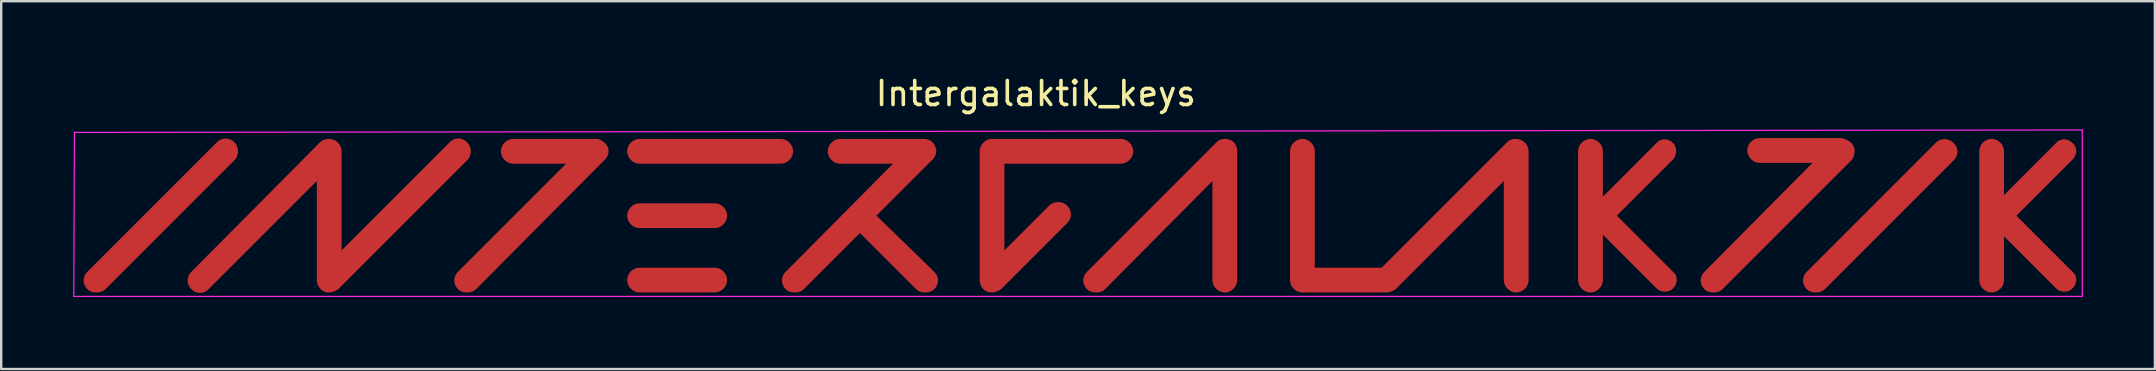
<source format=kicad_pcb>
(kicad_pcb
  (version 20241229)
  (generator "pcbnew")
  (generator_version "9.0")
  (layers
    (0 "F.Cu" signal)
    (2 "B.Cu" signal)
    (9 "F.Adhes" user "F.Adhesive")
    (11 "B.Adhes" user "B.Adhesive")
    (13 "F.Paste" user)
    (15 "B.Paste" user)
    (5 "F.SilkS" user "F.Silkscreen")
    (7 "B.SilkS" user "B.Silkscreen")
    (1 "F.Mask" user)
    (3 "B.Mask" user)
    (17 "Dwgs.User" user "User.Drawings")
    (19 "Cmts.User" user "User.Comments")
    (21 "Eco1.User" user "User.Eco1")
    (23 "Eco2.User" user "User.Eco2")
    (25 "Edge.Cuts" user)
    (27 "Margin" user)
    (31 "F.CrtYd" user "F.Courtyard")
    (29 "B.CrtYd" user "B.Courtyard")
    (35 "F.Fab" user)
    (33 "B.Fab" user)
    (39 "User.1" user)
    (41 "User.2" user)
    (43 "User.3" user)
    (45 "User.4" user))
  (footprint "Intergalaktik_keys"
    (layer "F.Cu")
    (at 39.25 5.623)
    (property "Reference" "Intergalaktik_keys" (at 0.864 -4.775 0) (layer "F.SilkS") (effects (font (size 1 1) (thickness 0.15))))
    (attr exclude_from_pos_files exclude_from_bom)
    (fp_poly (pts (xy -32.875 -2.901) (xy -32.851 -2.899) (xy -32.827 -2.896) (xy -32.803 -2.892) (xy -32.779 -2.886) (xy -32.755 -2.88) (xy -32.732 -2.872) (xy -32.709 -2.863) (xy -32.686 -2.853) (xy -32.663 -2.841) (xy -32.641 -2.828) (xy -32.62 -2.814) (xy -32.598 -2.799) (xy -32.578 -2.783) (xy -32.557 -2.765) (xy -32.538 -2.747) (xy -32.519 -2.727) (xy -32.501 -2.707) (xy -32.485 -2.685) (xy -32.47 -2.663) (xy -32.456 -2.641) (xy -32.443 -2.618) (xy -32.432 -2.594) (xy -32.422 -2.57) (xy -32.413 -2.546) (xy -32.405 -2.521) (xy -32.398 -2.496) (xy -32.393 -2.471) (xy -32.388 -2.446) (xy -32.385 -2.42) (xy -32.384 -2.394) (xy -32.383 -2.368) (xy -32.384 -2.343) (xy -32.385 -2.317) (xy -32.388 -2.291) (xy -32.393 -2.266) (xy -32.398 -2.24) (xy -32.405 -2.215) (xy -32.413 -2.191) (xy -32.422 -2.166) (xy -32.432 -2.142) (xy -32.443 -2.119) (xy -32.456 -2.096) (xy -32.47 -2.073) (xy -32.485 -2.051) (xy -32.501 -2.03) (xy -32.519 -2.01) (xy -32.538 -1.99) (xy -37.903 3.376) (xy -37.923 3.394) (xy -37.944 3.411) (xy -37.965 3.427) (xy -37.987 3.441) (xy -38.009 3.453) (xy -38.032 3.465) (xy -38.056 3.475) (xy -38.08 3.483) (xy -38.104 3.491) (xy -38.129 3.497) (xy -38.154 3.502) (xy -38.179 3.506) (xy -38.205 3.509) (xy -38.23 3.512) (xy -38.256 3.513) (xy -38.282 3.513) (xy -38.308 3.513) (xy -38.333 3.512) (xy -38.359 3.509) (xy -38.384 3.506) (xy -38.41 3.502) (xy -38.435 3.497) (xy -38.46 3.491) (xy -38.484 3.483) (xy -38.508 3.475) (xy -38.531 3.465) (xy -38.554 3.453) (xy -38.577 3.441) (xy -38.599 3.427) (xy -38.62 3.411) (xy -38.64 3.394) (xy -38.66 3.376) (xy -38.679 3.356) (xy -38.696 3.336) (xy -38.713 3.315) (xy -38.728 3.294) (xy -38.742 3.272) (xy -38.755 3.25) (xy -38.766 3.228) (xy -38.776 3.205) (xy -38.785 3.182) (xy -38.793 3.158) (xy -38.8 3.135) (xy -38.805 3.111) (xy -38.81 3.087) (xy -38.813 3.063) (xy -38.814 3.039) (xy -38.815 3.015) (xy -38.814 2.99) (xy -38.813 2.966) (xy -38.81 2.942) (xy -38.805 2.918) (xy -38.8 2.894) (xy -38.793 2.871) (xy -38.785 2.847) (xy -38.776 2.824) (xy -38.766 2.801) (xy -38.755 2.779) (xy -38.742 2.757) (xy -38.728 2.735) (xy -38.713 2.714) (xy -38.696 2.693) (xy -38.679 2.673) (xy -38.66 2.653) (xy -33.26 -2.747) (xy -33.24 -2.765) (xy -33.22 -2.783) (xy -33.199 -2.799) (xy -33.178 -2.814) (xy -33.157 -2.828) (xy -33.134 -2.841) (xy -33.112 -2.853) (xy -33.089 -2.863) (xy -33.066 -2.872) (xy -33.043 -2.88) (xy -33.019 -2.886) (xy -32.995 -2.892) (xy -32.971 -2.896) (xy -32.947 -2.899) (xy -32.923 -2.901) (xy -32.899 -2.902)) (stroke (width 0) (type solid)) (fill yes) (layer "F.Cu"))
    (fp_poly (pts (xy -12.494 -0.201) (xy -12.468 -0.199) (xy -12.443 -0.195) (xy -12.418 -0.191) (xy -12.394 -0.185) (xy -12.37 -0.177) (xy -12.346 -0.169) (xy -12.323 -0.16) (xy -12.3 -0.149) (xy -12.278 -0.137) (xy -12.256 -0.124) (xy -12.235 -0.111) (xy -12.215 -0.096) (xy -12.195 -0.08) (xy -12.176 -0.064) (xy -12.158 -0.047) (xy -12.141 -0.029) (xy -12.124 -0.01) (xy -12.109 0.01) (xy -12.094 0.03) (xy -12.08 0.051) (xy -12.068 0.073) (xy -12.056 0.095) (xy -12.045 0.118) (xy -12.036 0.141) (xy -12.027 0.165) (xy -12.02 0.189) (xy -12.014 0.213) (xy -12.01 0.238) (xy -12.006 0.263) (xy -12.004 0.289) (xy -12.003 0.314) (xy -12.004 0.34) (xy -12.006 0.366) (xy -12.01 0.391) (xy -12.014 0.416) (xy -12.02 0.44) (xy -12.027 0.464) (xy -12.036 0.488) (xy -12.045 0.511) (xy -12.056 0.534) (xy -12.068 0.556) (xy -12.08 0.578) (xy -12.094 0.599) (xy -12.109 0.619) (xy -12.124 0.639) (xy -12.141 0.658) (xy -12.158 0.676) (xy -12.176 0.693) (xy -12.195 0.709) (xy -12.215 0.725) (xy -12.235 0.74) (xy -12.256 0.753) (xy -12.278 0.766) (xy -12.3 0.778) (xy -12.323 0.788) (xy -12.346 0.798) (xy -12.37 0.806) (xy -12.394 0.814) (xy -12.418 0.82) (xy -12.443 0.824) (xy -12.468 0.828) (xy -12.494 0.83) (xy -12.519 0.83) (xy -15.649 0.83) (xy -15.675 0.83) (xy -15.701 0.828) (xy -15.726 0.824) (xy -15.751 0.82) (xy -15.775 0.814) (xy -15.799 0.806) (xy -15.823 0.798) (xy -15.846 0.788) (xy -15.869 0.778) (xy -15.891 0.766) (xy -15.913 0.753) (xy -15.934 0.74) (xy -15.954 0.725) (xy -15.974 0.709) (xy -15.992 0.693) (xy -16.011 0.676) (xy -16.028 0.658) (xy -16.044 0.639) (xy -16.06 0.619) (xy -16.075 0.599) (xy -16.088 0.578) (xy -16.101 0.556) (xy -16.113 0.534) (xy -16.123 0.511) (xy -16.133 0.488) (xy -16.141 0.464) (xy -16.148 0.44) (xy -16.154 0.416) (xy -16.159 0.391) (xy -16.163 0.366) (xy -16.165 0.34) (xy -16.165 0.314) (xy -16.165 0.289) (xy -16.163 0.263) (xy -16.159 0.238) (xy -16.154 0.213) (xy -16.148 0.189) (xy -16.141 0.165) (xy -16.133 0.141) (xy -16.123 0.118) (xy -16.113 0.095) (xy -16.101 0.073) (xy -16.088 0.051) (xy -16.075 0.03) (xy -16.06 0.01) (xy -16.044 -0.01) (xy -16.028 -0.029) (xy -16.011 -0.047) (xy -15.992 -0.064) (xy -15.974 -0.08) (xy -15.954 -0.096) (xy -15.934 -0.111) (xy -15.913 -0.124) (xy -15.891 -0.137) (xy -15.869 -0.149) (xy -15.846 -0.16) (xy -15.823 -0.169) (xy -15.799 -0.177) (xy -15.775 -0.185) (xy -15.751 -0.191) (xy -15.726 -0.195) (xy -15.701 -0.199) (xy -15.675 -0.201) (xy -15.649 -0.201) (xy -12.519 -0.201)) (stroke (width 0) (type solid)) (fill yes) (layer "F.Cu"))
    (fp_poly (pts (xy -12.494 2.482) (xy -12.468 2.484) (xy -12.443 2.488) (xy -12.418 2.492) (xy -12.394 2.498) (xy -12.37 2.505) (xy -12.346 2.514) (xy -12.323 2.523) (xy -12.3 2.534) (xy -12.278 2.546) (xy -12.256 2.558) (xy -12.235 2.572) (xy -12.215 2.587) (xy -12.195 2.602) (xy -12.176 2.619) (xy -12.158 2.636) (xy -12.141 2.654) (xy -12.124 2.673) (xy -12.109 2.693) (xy -12.094 2.713) (xy -12.08 2.734) (xy -12.068 2.756) (xy -12.056 2.778) (xy -12.045 2.801) (xy -12.036 2.824) (xy -12.027 2.848) (xy -12.02 2.872) (xy -12.014 2.896) (xy -12.01 2.921) (xy -12.006 2.946) (xy -12.004 2.972) (xy -12.003 2.997) (xy -12.004 3.023) (xy -12.006 3.048) (xy -12.01 3.074) (xy -12.014 3.099) (xy -12.02 3.123) (xy -12.027 3.147) (xy -12.036 3.171) (xy -12.045 3.194) (xy -12.056 3.217) (xy -12.068 3.239) (xy -12.08 3.261) (xy -12.094 3.282) (xy -12.109 3.302) (xy -12.124 3.321) (xy -12.141 3.34) (xy -12.158 3.359) (xy -12.176 3.376) (xy -12.195 3.392) (xy -12.215 3.408) (xy -12.235 3.423) (xy -12.256 3.436) (xy -12.278 3.449) (xy -12.3 3.461) (xy -12.323 3.471) (xy -12.346 3.481) (xy -12.37 3.489) (xy -12.394 3.496) (xy -12.418 3.502) (xy -12.443 3.507) (xy -12.468 3.511) (xy -12.494 3.513) (xy -12.519 3.513) (xy -15.649 3.513) (xy -15.675 3.513) (xy -15.701 3.511) (xy -15.726 3.507) (xy -15.751 3.502) (xy -15.775 3.496) (xy -15.799 3.489) (xy -15.823 3.481) (xy -15.846 3.471) (xy -15.869 3.461) (xy -15.891 3.449) (xy -15.913 3.436) (xy -15.934 3.423) (xy -15.954 3.408) (xy -15.974 3.392) (xy -15.992 3.376) (xy -16.011 3.359) (xy -16.028 3.34) (xy -16.044 3.321) (xy -16.06 3.302) (xy -16.075 3.282) (xy -16.088 3.261) (xy -16.101 3.239) (xy -16.113 3.217) (xy -16.123 3.194) (xy -16.133 3.171) (xy -16.141 3.147) (xy -16.148 3.123) (xy -16.154 3.099) (xy -16.159 3.074) (xy -16.163 3.048) (xy -16.165 3.023) (xy -16.165 2.997) (xy -16.165 2.972) (xy -16.163 2.946) (xy -16.159 2.921) (xy -16.154 2.896) (xy -16.148 2.872) (xy -16.141 2.848) (xy -16.133 2.824) (xy -16.123 2.801) (xy -16.113 2.778) (xy -16.101 2.756) (xy -16.088 2.734) (xy -16.075 2.713) (xy -16.06 2.693) (xy -16.044 2.673) (xy -16.028 2.654) (xy -16.011 2.636) (xy -15.992 2.619) (xy -15.974 2.602) (xy -15.954 2.587) (xy -15.934 2.572) (xy -15.913 2.558) (xy -15.891 2.546) (xy -15.869 2.534) (xy -15.846 2.523) (xy -15.823 2.514) (xy -15.799 2.505) (xy -15.775 2.498) (xy -15.751 2.492) (xy -15.726 2.488) (xy -15.701 2.484) (xy -15.675 2.482) (xy -15.649 2.481) (xy -12.519 2.481)) (stroke (width 0) (type solid)) (fill yes) (layer "F.Cu"))
    (fp_poly (pts (xy -9.742 -2.884) (xy -9.717 -2.882) (xy -9.691 -2.878) (xy -9.667 -2.873) (xy -9.642 -2.867) (xy -9.618 -2.86) (xy -9.594 -2.852) (xy -9.571 -2.842) (xy -9.548 -2.832) (xy -9.526 -2.82) (xy -9.505 -2.807) (xy -9.484 -2.794) (xy -9.463 -2.779) (xy -9.444 -2.763) (xy -9.425 -2.747) (xy -9.407 -2.73) (xy -9.389 -2.711) (xy -9.373 -2.693) (xy -9.357 -2.673) (xy -9.342 -2.653) (xy -9.329 -2.632) (xy -9.316 -2.61) (xy -9.304 -2.588) (xy -9.294 -2.565) (xy -9.284 -2.542) (xy -9.276 -2.518) (xy -9.269 -2.494) (xy -9.263 -2.47) (xy -9.258 -2.445) (xy -9.255 -2.42) (xy -9.252 -2.394) (xy -9.252 -2.368) (xy -9.252 -2.343) (xy -9.255 -2.317) (xy -9.258 -2.292) (xy -9.263 -2.267) (xy -9.269 -2.243) (xy -9.276 -2.219) (xy -9.284 -2.195) (xy -9.294 -2.172) (xy -9.304 -2.149) (xy -9.316 -2.127) (xy -9.329 -2.105) (xy -9.342 -2.084) (xy -9.357 -2.064) (xy -9.373 -2.044) (xy -9.389 -2.025) (xy -9.407 -2.007) (xy -9.425 -1.99) (xy -9.444 -1.973) (xy -9.463 -1.958) (xy -9.484 -1.943) (xy -9.505 -1.929) (xy -9.526 -1.917) (xy -9.548 -1.905) (xy -9.571 -1.894) (xy -9.594 -1.885) (xy -9.618 -1.876) (xy -9.642 -1.869) (xy -9.667 -1.863) (xy -9.691 -1.859) (xy -9.717 -1.855) (xy -9.742 -1.853) (xy -9.768 -1.852) (xy -15.649 -1.852) (xy -15.675 -1.853) (xy -15.701 -1.855) (xy -15.726 -1.859) (xy -15.751 -1.863) (xy -15.775 -1.869) (xy -15.799 -1.876) (xy -15.823 -1.885) (xy -15.846 -1.894) (xy -15.869 -1.905) (xy -15.891 -1.917) (xy -15.913 -1.929) (xy -15.934 -1.943) (xy -15.954 -1.958) (xy -15.974 -1.973) (xy -15.992 -1.99) (xy -16.011 -2.007) (xy -16.028 -2.025) (xy -16.044 -2.044) (xy -16.06 -2.064) (xy -16.075 -2.084) (xy -16.088 -2.105) (xy -16.101 -2.127) (xy -16.113 -2.149) (xy -16.123 -2.172) (xy -16.133 -2.195) (xy -16.141 -2.219) (xy -16.148 -2.243) (xy -16.154 -2.267) (xy -16.159 -2.292) (xy -16.163 -2.317) (xy -16.165 -2.343) (xy -16.165 -2.368) (xy -16.165 -2.394) (xy -16.163 -2.42) (xy -16.159 -2.445) (xy -16.154 -2.47) (xy -16.148 -2.494) (xy -16.141 -2.518) (xy -16.133 -2.542) (xy -16.123 -2.565) (xy -16.113 -2.588) (xy -16.101 -2.61) (xy -16.088 -2.632) (xy -16.075 -2.653) (xy -16.06 -2.673) (xy -16.044 -2.693) (xy -16.028 -2.711) (xy -16.011 -2.73) (xy -15.992 -2.747) (xy -15.974 -2.763) (xy -15.954 -2.779) (xy -15.934 -2.794) (xy -15.913 -2.807) (xy -15.891 -2.82) (xy -15.869 -2.832) (xy -15.846 -2.842) (xy -15.823 -2.852) (xy -15.799 -2.86) (xy -15.775 -2.867) (xy -15.751 -2.873) (xy -15.726 -2.878) (xy -15.701 -2.882) (xy -15.675 -2.884) (xy -15.649 -2.884) (xy -9.768 -2.884)) (stroke (width 0) (type solid)) (fill yes) (layer "F.Cu"))
    (fp_poly (pts (xy 38.748 -2.871) (xy 38.772 -2.87) (xy 38.796 -2.868) (xy 38.82 -2.864) (xy 38.844 -2.859) (xy 38.868 -2.853) (xy 38.891 -2.846) (xy 38.915 -2.838) (xy 38.938 -2.829) (xy 38.961 -2.819) (xy 38.983 -2.807) (xy 39.005 -2.794) (xy 39.027 -2.78) (xy 39.048 -2.765) (xy 39.069 -2.749) (xy 39.089 -2.731) (xy 39.109 -2.712) (xy 39.128 -2.693) (xy 39.145 -2.672) (xy 39.161 -2.652) (xy 39.177 -2.631) (xy 39.19 -2.609) (xy 39.203 -2.587) (xy 39.215 -2.564) (xy 39.225 -2.541) (xy 39.234 -2.518) (xy 39.242 -2.495) (xy 39.248 -2.471) (xy 39.254 -2.448) (xy 39.258 -2.424) (xy 39.261 -2.4) (xy 39.263 -2.375) (xy 39.264 -2.351) (xy 39.263 -2.327) (xy 39.261 -2.303) (xy 39.258 -2.279) (xy 39.254 -2.255) (xy 39.248 -2.231) (xy 39.242 -2.207) (xy 39.234 -2.184) (xy 39.225 -2.161) (xy 39.215 -2.138) (xy 39.203 -2.116) (xy 39.19 -2.094) (xy 39.177 -2.072) (xy 39.161 -2.051) (xy 39.145 -2.03) (xy 39.128 -2.01) (xy 39.109 -1.99) (xy 33.743 3.376) (xy 33.723 3.394) (xy 33.703 3.411) (xy 33.682 3.427) (xy 33.66 3.441) (xy 33.637 3.453) (xy 33.614 3.465) (xy 33.591 3.475) (xy 33.567 3.483) (xy 33.542 3.491) (xy 33.518 3.497) (xy 33.493 3.502) (xy 33.467 3.506) (xy 33.442 3.509) (xy 33.416 3.512) (xy 33.39 3.513) (xy 33.365 3.513) (xy 33.339 3.513) (xy 33.313 3.512) (xy 33.288 3.509) (xy 33.262 3.506) (xy 33.237 3.502) (xy 33.212 3.497) (xy 33.187 3.491) (xy 33.163 3.483) (xy 33.139 3.475) (xy 33.115 3.465) (xy 33.092 3.453) (xy 33.07 3.441) (xy 33.048 3.427) (xy 33.027 3.411) (xy 33.006 3.394) (xy 32.986 3.376) (xy 32.968 3.356) (xy 32.95 3.336) (xy 32.934 3.315) (xy 32.919 3.294) (xy 32.905 3.272) (xy 32.892 3.25) (xy 32.881 3.228) (xy 32.87 3.205) (xy 32.861 3.182) (xy 32.853 3.158) (xy 32.847 3.135) (xy 32.841 3.111) (xy 32.837 3.087) (xy 32.834 3.063) (xy 32.832 3.039) (xy 32.832 3.015) (xy 32.832 2.99) (xy 32.834 2.966) (xy 32.837 2.942) (xy 32.841 2.918) (xy 32.847 2.894) (xy 32.853 2.871) (xy 32.861 2.847) (xy 32.87 2.824) (xy 32.881 2.801) (xy 32.892 2.779) (xy 32.905 2.757) (xy 32.919 2.735) (xy 32.934 2.714) (xy 32.95 2.693) (xy 32.968 2.673) (xy 32.986 2.653) (xy 38.386 -2.747) (xy 38.406 -2.762) (xy 38.426 -2.777) (xy 38.447 -2.791) (xy 38.468 -2.803) (xy 38.49 -2.815) (xy 38.512 -2.825) (xy 38.535 -2.835) (xy 38.557 -2.843) (xy 38.58 -2.85) (xy 38.604 -2.857) (xy 38.627 -2.862) (xy 38.651 -2.866) (xy 38.675 -2.869) (xy 38.699 -2.871) (xy 38.723 -2.872)) (stroke (width 0) (type solid)) (fill yes) (layer "F.Cu"))
    (fp_poly (pts (xy 8.79 -2.882) (xy 8.828 -2.878) (xy 8.866 -2.871) (xy 8.905 -2.862) (xy 8.944 -2.85) (xy 8.963 -2.843) (xy 8.981 -2.835) (xy 8.999 -2.827) (xy 9.016 -2.818) (xy 9.033 -2.808) (xy 9.049 -2.798) (xy 9.064 -2.786) (xy 9.079 -2.775) (xy 9.093 -2.762) (xy 9.107 -2.749) (xy 9.132 -2.722) (xy 9.155 -2.692) (xy 9.176 -2.661) (xy 9.194 -2.628) (xy 9.21 -2.593) (xy 9.223 -2.558) (xy 9.234 -2.521) (xy 9.242 -2.484) (xy 9.248 -2.446) (xy 9.252 -2.407) (xy 9.253 -2.368) (xy 9.253 2.997) (xy 9.252 3.023) (xy 9.25 3.048) (xy 9.247 3.074) (xy 9.242 3.099) (xy 9.236 3.123) (xy 9.229 3.147) (xy 9.221 3.171) (xy 9.211 3.194) (xy 9.201 3.217) (xy 9.189 3.239) (xy 9.176 3.261) (xy 9.163 3.282) (xy 9.148 3.302) (xy 9.132 3.321) (xy 9.116 3.34) (xy 9.098 3.359) (xy 9.08 3.376) (xy 9.061 3.392) (xy 9.042 3.408) (xy 9.021 3.423) (xy 9 3.436) (xy 8.979 3.449) (xy 8.957 3.461) (xy 8.934 3.471) (xy 8.911 3.481) (xy 8.887 3.489) (xy 8.863 3.496) (xy 8.838 3.502) (xy 8.814 3.507) (xy 8.788 3.511) (xy 8.763 3.513) (xy 8.737 3.513) (xy 8.712 3.513) (xy 8.686 3.511) (xy 8.661 3.507) (xy 8.636 3.502) (xy 8.612 3.496) (xy 8.587 3.489) (xy 8.564 3.481) (xy 8.541 3.471) (xy 8.518 3.461) (xy 8.496 3.449) (xy 8.474 3.436) (xy 8.453 3.423) (xy 8.433 3.408) (xy 8.413 3.392) (xy 8.394 3.376) (xy 8.376 3.359) (xy 8.359 3.34) (xy 8.342 3.321) (xy 8.327 3.302) (xy 8.312 3.282) (xy 8.298 3.261) (xy 8.286 3.239) (xy 8.274 3.217) (xy 8.263 3.194) (xy 8.254 3.171) (xy 8.245 3.147) (xy 8.238 3.123) (xy 8.232 3.099) (xy 8.228 3.074) (xy 8.224 3.048) (xy 8.222 3.023) (xy 8.221 2.997) (xy 8.221 -1.13) (xy 3.75 3.376) (xy 3.73 3.394) (xy 3.71 3.411) (xy 3.688 3.427) (xy 3.667 3.441) (xy 3.644 3.453) (xy 3.621 3.465) (xy 3.598 3.475) (xy 3.574 3.483) (xy 3.549 3.491) (xy 3.524 3.497) (xy 3.499 3.502) (xy 3.474 3.506) (xy 3.449 3.509) (xy 3.423 3.512) (xy 3.397 3.513) (xy 3.372 3.513) (xy 3.346 3.513) (xy 3.32 3.512) (xy 3.294 3.509) (xy 3.269 3.506) (xy 3.244 3.502) (xy 3.219 3.497) (xy 3.194 3.491) (xy 3.169 3.483) (xy 3.145 3.475) (xy 3.122 3.465) (xy 3.099 3.453) (xy 3.076 3.441) (xy 3.055 3.427) (xy 3.033 3.411) (xy 3.013 3.394) (xy 2.993 3.376) (xy 2.974 3.356) (xy 2.957 3.336) (xy 2.941 3.315) (xy 2.925 3.294) (xy 2.912 3.272) (xy 2.899 3.25) (xy 2.887 3.228) (xy 2.877 3.205) (xy 2.868 3.182) (xy 2.86 3.158) (xy 2.853 3.135) (xy 2.848 3.111) (xy 2.844 3.087) (xy 2.841 3.063) (xy 2.839 3.039) (xy 2.838 3.015) (xy 2.839 2.99) (xy 2.841 2.966) (xy 2.844 2.942) (xy 2.848 2.918) (xy 2.853 2.894) (xy 2.86 2.871) (xy 2.868 2.847) (xy 2.877 2.824) (xy 2.887 2.801) (xy 2.899 2.779) (xy 2.912 2.757) (xy 2.925 2.735) (xy 2.941 2.714) (xy 2.957 2.693) (xy 2.974 2.673) (xy 2.993 2.653) (xy 8.393 -2.747) (xy 8.42 -2.771) (xy 8.448 -2.794) (xy 8.477 -2.813) (xy 8.508 -2.831) (xy 8.54 -2.845) (xy 8.573 -2.858) (xy 8.608 -2.868) (xy 8.643 -2.876) (xy 8.679 -2.881) (xy 8.715 -2.884) (xy 8.752 -2.884)) (stroke (width 0) (type solid)) (fill yes) (layer "F.Cu"))
    (fp_poly (pts (xy -17.453 -2.884) (xy -17.434 -2.883) (xy -17.415 -2.881) (xy -17.397 -2.878) (xy -17.378 -2.875) (xy -17.36 -2.87) (xy -17.342 -2.866) (xy -17.325 -2.86) (xy -17.307 -2.854) (xy -17.29 -2.847) (xy -17.273 -2.84) (xy -17.257 -2.832) (xy -17.24 -2.823) (xy -17.224 -2.814) (xy -17.193 -2.794) (xy -17.163 -2.772) (xy -17.134 -2.748) (xy -17.107 -2.723) (xy -17.081 -2.696) (xy -17.056 -2.667) (xy -17.033 -2.637) (xy -17.011 -2.607) (xy -16.991 -2.575) (xy -16.982 -2.558) (xy -16.973 -2.542) (xy -16.966 -2.525) (xy -16.96 -2.507) (xy -16.955 -2.49) (xy -16.95 -2.472) (xy -16.947 -2.454) (xy -16.944 -2.436) (xy -16.942 -2.417) (xy -16.941 -2.399) (xy -16.941 -2.38) (xy -16.942 -2.361) (xy -16.943 -2.343) (xy -16.945 -2.324) (xy -16.952 -2.287) (xy -16.962 -2.25) (xy -16.974 -2.214) (xy -16.988 -2.178) (xy -17.005 -2.144) (xy -17.025 -2.112) (xy -17.046 -2.081) (xy -17.069 -2.051) (xy -17.094 -2.024) (xy -22.46 3.376) (xy -22.48 3.394) (xy -22.5 3.411) (xy -22.521 3.427) (xy -22.543 3.441) (xy -22.566 3.453) (xy -22.589 3.465) (xy -22.612 3.475) (xy -22.636 3.483) (xy -22.66 3.491) (xy -22.685 3.497) (xy -22.71 3.502) (xy -22.735 3.506) (xy -22.761 3.509) (xy -22.787 3.512) (xy -22.812 3.513) (xy -22.838 3.513) (xy -22.864 3.513) (xy -22.89 3.512) (xy -22.915 3.509) (xy -22.941 3.506) (xy -22.966 3.502) (xy -22.991 3.497) (xy -23.016 3.491) (xy -23.04 3.483) (xy -23.064 3.475) (xy -23.088 3.465) (xy -23.111 3.453) (xy -23.133 3.441) (xy -23.155 3.427) (xy -23.176 3.411) (xy -23.197 3.394) (xy -23.216 3.376) (xy -23.235 3.356) (xy -23.253 3.336) (xy -23.269 3.315) (xy -23.284 3.294) (xy -23.298 3.272) (xy -23.311 3.25) (xy -23.322 3.228) (xy -23.333 3.205) (xy -23.342 3.182) (xy -23.349 3.158) (xy -23.356 3.135) (xy -23.362 3.111) (xy -23.366 3.087) (xy -23.369 3.063) (xy -23.371 3.039) (xy -23.371 3.015) (xy -23.371 2.99) (xy -23.369 2.966) (xy -23.366 2.942) (xy -23.362 2.918) (xy -23.356 2.894) (xy -23.349 2.871) (xy -23.342 2.847) (xy -23.333 2.824) (xy -23.322 2.801) (xy -23.311 2.779) (xy -23.298 2.757) (xy -23.284 2.735) (xy -23.269 2.714) (xy -23.253 2.693) (xy -23.235 2.673) (xy -23.216 2.653) (xy -18.711 -1.852) (xy -20.912 -1.852) (xy -20.938 -1.853) (xy -20.963 -1.855) (xy -20.988 -1.859) (xy -21.013 -1.863) (xy -21.038 -1.869) (xy -21.062 -1.876) (xy -21.085 -1.885) (xy -21.109 -1.894) (xy -21.131 -1.905) (xy -21.154 -1.917) (xy -21.175 -1.929) (xy -21.196 -1.943) (xy -21.216 -1.958) (xy -21.236 -1.973) (xy -21.255 -1.99) (xy -21.273 -2.007) (xy -21.29 -2.025) (xy -21.307 -2.044) (xy -21.323 -2.064) (xy -21.337 -2.084) (xy -21.351 -2.105) (xy -21.364 -2.127) (xy -21.375 -2.149) (xy -21.386 -2.172) (xy -21.395 -2.195) (xy -21.404 -2.219) (xy -21.411 -2.243) (xy -21.417 -2.267) (xy -21.422 -2.292) (xy -21.425 -2.317) (xy -21.427 -2.343) (xy -21.428 -2.368) (xy -21.427 -2.394) (xy -21.425 -2.42) (xy -21.422 -2.445) (xy -21.417 -2.47) (xy -21.411 -2.494) (xy -21.404 -2.518) (xy -21.395 -2.542) (xy -21.386 -2.565) (xy -21.375 -2.588) (xy -21.364 -2.61) (xy -21.351 -2.632) (xy -21.337 -2.653) (xy -21.323 -2.673) (xy -21.307 -2.693) (xy -21.29 -2.711) (xy -21.273 -2.73) (xy -21.255 -2.747) (xy -21.236 -2.763) (xy -21.216 -2.779) (xy -21.196 -2.794) (xy -21.175 -2.807) (xy -21.154 -2.82) (xy -21.131 -2.832) (xy -21.109 -2.842) (xy -21.085 -2.852) (xy -21.062 -2.86) (xy -21.038 -2.867) (xy -21.013 -2.873) (xy -20.988 -2.878) (xy -20.963 -2.882) (xy -20.938 -2.884) (xy -20.912 -2.884) (xy -17.472 -2.884)) (stroke (width 0) (type solid)) (fill yes) (layer "F.Cu"))
    (fp_poly (pts (xy 34.416 -2.918) (xy 34.434 -2.917) (xy 34.451 -2.915) (xy 34.468 -2.913) (xy 34.484 -2.91) (xy 34.5 -2.906) (xy 34.515 -2.902) (xy 34.53 -2.897) (xy 34.544 -2.892) (xy 34.558 -2.887) (xy 34.572 -2.881) (xy 34.585 -2.875) (xy 34.611 -2.863) (xy 34.637 -2.85) (xy 34.706 -2.816) (xy 34.731 -2.802) (xy 34.756 -2.787) (xy 34.78 -2.77) (xy 34.802 -2.752) (xy 34.824 -2.732) (xy 34.845 -2.711) (xy 34.864 -2.689) (xy 34.882 -2.665) (xy 34.9 -2.64) (xy 34.915 -2.614) (xy 34.93 -2.587) (xy 34.943 -2.559) (xy 34.955 -2.53) (xy 34.965 -2.5) (xy 34.974 -2.469) (xy 34.981 -2.437) (xy 34.981 -2.405) (xy 34.98 -2.373) (xy 34.977 -2.341) (xy 34.974 -2.309) (xy 34.97 -2.278) (xy 34.965 -2.247) (xy 34.959 -2.217) (xy 34.951 -2.188) (xy 34.943 -2.159) (xy 34.933 -2.132) (xy 34.921 -2.105) (xy 34.909 -2.079) (xy 34.895 -2.055) (xy 34.879 -2.032) (xy 34.862 -2.01) (xy 34.853 -2) (xy 34.844 -1.99) (xy 29.478 3.376) (xy 29.458 3.394) (xy 29.438 3.411) (xy 29.417 3.427) (xy 29.395 3.441) (xy 29.372 3.453) (xy 29.349 3.465) (xy 29.326 3.475) (xy 29.302 3.483) (xy 29.277 3.491) (xy 29.253 3.497) (xy 29.228 3.502) (xy 29.202 3.506) (xy 29.177 3.509) (xy 29.151 3.512) (xy 29.125 3.513) (xy 29.1 3.513) (xy 29.074 3.513) (xy 29.048 3.512) (xy 29.022 3.509) (xy 28.997 3.506) (xy 28.972 3.502) (xy 28.947 3.497) (xy 28.922 3.491) (xy 28.898 3.483) (xy 28.874 3.475) (xy 28.85 3.465) (xy 28.827 3.453) (xy 28.805 3.441) (xy 28.783 3.427) (xy 28.761 3.411) (xy 28.741 3.394) (xy 28.721 3.376) (xy 28.702 3.356) (xy 28.685 3.336) (xy 28.669 3.315) (xy 28.654 3.294) (xy 28.64 3.272) (xy 28.627 3.25) (xy 28.615 3.228) (xy 28.605 3.205) (xy 28.596 3.182) (xy 28.588 3.158) (xy 28.582 3.135) (xy 28.576 3.111) (xy 28.572 3.087) (xy 28.569 3.063) (xy 28.567 3.039) (xy 28.566 3.015) (xy 28.567 2.99) (xy 28.569 2.966) (xy 28.572 2.942) (xy 28.576 2.918) (xy 28.582 2.894) (xy 28.588 2.871) (xy 28.596 2.847) (xy 28.605 2.824) (xy 28.615 2.801) (xy 28.627 2.779) (xy 28.64 2.757) (xy 28.654 2.735) (xy 28.669 2.714) (xy 28.685 2.693) (xy 28.702 2.673) (xy 28.721 2.653) (xy 33.227 -1.887) (xy 31.026 -1.887) (xy 31 -1.888) (xy 30.975 -1.89) (xy 30.949 -1.893) (xy 30.925 -1.898) (xy 30.9 -1.904) (xy 30.876 -1.911) (xy 30.852 -1.919) (xy 30.829 -1.929) (xy 30.806 -1.939) (xy 30.784 -1.951) (xy 30.763 -1.964) (xy 30.742 -1.978) (xy 30.721 -1.992) (xy 30.702 -2.008) (xy 30.683 -2.024) (xy 30.665 -2.042) (xy 30.647 -2.06) (xy 30.631 -2.079) (xy 30.615 -2.098) (xy 30.601 -2.119) (xy 30.587 -2.14) (xy 30.574 -2.161) (xy 30.562 -2.183) (xy 30.552 -2.206) (xy 30.542 -2.229) (xy 30.534 -2.253) (xy 30.527 -2.277) (xy 30.521 -2.302) (xy 30.516 -2.326) (xy 30.513 -2.352) (xy 30.511 -2.377) (xy 30.51 -2.403) (xy 30.511 -2.428) (xy 30.513 -2.454) (xy 30.516 -2.479) (xy 30.521 -2.504) (xy 30.527 -2.528) (xy 30.534 -2.553) (xy 30.542 -2.576) (xy 30.552 -2.599) (xy 30.562 -2.622) (xy 30.574 -2.644) (xy 30.587 -2.666) (xy 30.601 -2.687) (xy 30.615 -2.707) (xy 30.631 -2.727) (xy 30.647 -2.746) (xy 30.665 -2.764) (xy 30.683 -2.781) (xy 30.702 -2.798) (xy 30.721 -2.813) (xy 30.742 -2.828) (xy 30.763 -2.842) (xy 30.784 -2.854) (xy 30.806 -2.866) (xy 30.829 -2.877) (xy 30.852 -2.886) (xy 30.876 -2.895) (xy 30.9 -2.902) (xy 30.925 -2.908) (xy 30.949 -2.913) (xy 30.975 -2.916) (xy 31 -2.918) (xy 31.026 -2.919) (xy 34.397 -2.919)) (stroke (width 0) (type solid)) (fill yes) (layer "F.Cu"))
    (fp_poly (pts (xy 4.429 -2.884) (xy 4.455 -2.882) (xy 4.48 -2.878) (xy 4.505 -2.873) (xy 4.529 -2.867) (xy 4.553 -2.86) (xy 4.577 -2.852) (xy 4.6 -2.842) (xy 4.623 -2.832) (xy 4.645 -2.82) (xy 4.667 -2.807) (xy 4.688 -2.794) (xy 4.708 -2.779) (xy 4.728 -2.763) (xy 4.746 -2.747) (xy 4.765 -2.73) (xy 4.782 -2.711) (xy 4.798 -2.693) (xy 4.814 -2.673) (xy 4.829 -2.653) (xy 4.842 -2.632) (xy 4.855 -2.61) (xy 4.867 -2.588) (xy 4.877 -2.565) (xy 4.887 -2.542) (xy 4.895 -2.518) (xy 4.902 -2.494) (xy 4.908 -2.47) (xy 4.913 -2.445) (xy 4.917 -2.42) (xy 4.919 -2.394) (xy 4.919 -2.368) (xy 4.919 -2.343) (xy 4.917 -2.317) (xy 4.913 -2.292) (xy 4.908 -2.267) (xy 4.902 -2.243) (xy 4.895 -2.219) (xy 4.887 -2.195) (xy 4.877 -2.172) (xy 4.867 -2.149) (xy 4.855 -2.127) (xy 4.842 -2.105) (xy 4.829 -2.084) (xy 4.814 -2.064) (xy 4.798 -2.044) (xy 4.782 -2.025) (xy 4.765 -2.007) (xy 4.746 -1.99) (xy 4.728 -1.973) (xy 4.708 -1.958) (xy 4.688 -1.943) (xy 4.667 -1.929) (xy 4.645 -1.917) (xy 4.623 -1.905) (xy 4.6 -1.894) (xy 4.577 -1.885) (xy 4.553 -1.876) (xy 4.529 -1.869) (xy 4.505 -1.863) (xy 4.48 -1.859) (xy 4.455 -1.855) (xy 4.429 -1.853) (xy 4.403 -1.852) (xy -0.446 -1.852) (xy -0.446 1.759) (xy 1.411 -0.098) (xy 1.431 -0.117) (xy 1.451 -0.135) (xy 1.472 -0.151) (xy 1.494 -0.166) (xy 1.517 -0.18) (xy 1.54 -0.193) (xy 1.563 -0.204) (xy 1.587 -0.214) (xy 1.612 -0.223) (xy 1.636 -0.231) (xy 1.661 -0.238) (xy 1.687 -0.243) (xy 1.712 -0.248) (xy 1.738 -0.251) (xy 1.764 -0.252) (xy 1.789 -0.253) (xy 1.815 -0.252) (xy 1.841 -0.251) (xy 1.866 -0.248) (xy 1.892 -0.243) (xy 1.917 -0.238) (xy 1.942 -0.231) (xy 1.967 -0.223) (xy 1.991 -0.214) (xy 2.015 -0.204) (xy 2.039 -0.193) (xy 2.062 -0.18) (xy 2.084 -0.166) (xy 2.106 -0.151) (xy 2.127 -0.135) (xy 2.148 -0.117) (xy 2.168 -0.098) (xy 2.186 -0.079) (xy 2.204 -0.058) (xy 2.22 -0.038) (xy 2.235 -0.016) (xy 2.249 0.005) (xy 2.262 0.027) (xy 2.273 0.05) (xy 2.284 0.073) (xy 2.293 0.096) (xy 2.301 0.119) (xy 2.307 0.143) (xy 2.313 0.167) (xy 2.317 0.191) (xy 2.32 0.215) (xy 2.322 0.239) (xy 2.322 0.263) (xy 2.322 0.287) (xy 2.32 0.311) (xy 2.317 0.335) (xy 2.313 0.359) (xy 2.307 0.383) (xy 2.301 0.407) (xy 2.293 0.43) (xy 2.284 0.453) (xy 2.273 0.476) (xy 2.262 0.498) (xy 2.249 0.521) (xy 2.235 0.542) (xy 2.22 0.563) (xy 2.204 0.584) (xy 2.186 0.604) (xy 2.168 0.624) (xy -0.584 3.376) (xy -0.624 3.401) (xy -0.645 3.414) (xy -0.667 3.426) (xy -0.69 3.438) (xy -0.713 3.449) (xy -0.736 3.46) (xy -0.76 3.47) (xy -0.785 3.48) (xy -0.809 3.488) (xy -0.834 3.495) (xy -0.86 3.501) (xy -0.885 3.506) (xy -0.911 3.51) (xy -0.937 3.513) (xy -0.962 3.513) (xy -0.988 3.513) (xy -1.014 3.513) (xy -1.04 3.511) (xy -1.053 3.51) (xy -1.066 3.509) (xy -1.078 3.507) (xy -1.091 3.505) (xy -1.104 3.502) (xy -1.117 3.499) (xy -1.13 3.495) (xy -1.143 3.49) (xy -1.156 3.485) (xy -1.169 3.479) (xy -1.201 3.464) (xy -1.231 3.447) (xy -1.261 3.427) (xy -1.29 3.404) (xy -1.317 3.378) (xy -1.342 3.351) (xy -1.366 3.321) (xy -1.388 3.29) (xy -1.408 3.257) (xy -1.426 3.222) (xy -1.441 3.187) (xy -1.454 3.15) (xy -1.464 3.113) (xy -1.472 3.074) (xy -1.477 3.036) (xy -1.478 2.997) (xy -1.478 -2.368) (xy -1.478 -2.394) (xy -1.476 -2.42) (xy -1.472 -2.445) (xy -1.467 -2.47) (xy -1.461 -2.494) (xy -1.454 -2.518) (xy -1.446 -2.542) (xy -1.436 -2.565) (xy -1.426 -2.588) (xy -1.414 -2.61) (xy -1.401 -2.632) (xy -1.388 -2.653) (xy -1.373 -2.673) (xy -1.357 -2.693) (xy -1.341 -2.711) (xy -1.324 -2.73) (xy -1.305 -2.747) (xy -1.286 -2.763) (xy -1.267 -2.779) (xy -1.247 -2.794) (xy -1.226 -2.807) (xy -1.204 -2.82) (xy -1.182 -2.832) (xy -1.159 -2.842) (xy -1.136 -2.852) (xy -1.112 -2.86) (xy -1.088 -2.867) (xy -1.064 -2.873) (xy -1.039 -2.878) (xy -1.014 -2.882) (xy -0.988 -2.884) (xy -0.962 -2.884) (xy 4.403 -2.884)) (stroke (width 0) (type solid)) (fill yes) (layer "F.Cu"))
    (fp_poly (pts (xy -23.175 -2.901) (xy -23.151 -2.899) (xy -23.127 -2.896) (xy -23.103 -2.892) (xy -23.079 -2.886) (xy -23.056 -2.88) (xy -23.032 -2.872) (xy -23.009 -2.863) (xy -22.986 -2.853) (xy -22.964 -2.841) (xy -22.942 -2.828) (xy -22.92 -2.814) (xy -22.899 -2.799) (xy -22.878 -2.783) (xy -22.858 -2.765) (xy -22.838 -2.747) (xy -22.819 -2.727) (xy -22.802 -2.707) (xy -22.786 -2.685) (xy -22.77 -2.663) (xy -22.756 -2.641) (xy -22.744 -2.618) (xy -22.732 -2.594) (xy -22.722 -2.57) (xy -22.713 -2.546) (xy -22.705 -2.521) (xy -22.698 -2.496) (xy -22.693 -2.471) (xy -22.689 -2.446) (xy -22.686 -2.42) (xy -22.684 -2.394) (xy -22.683 -2.368) (xy -22.684 -2.343) (xy -22.686 -2.317) (xy -22.689 -2.291) (xy -22.693 -2.266) (xy -22.698 -2.24) (xy -22.705 -2.215) (xy -22.713 -2.191) (xy -22.722 -2.166) (xy -22.732 -2.142) (xy -22.744 -2.119) (xy -22.756 -2.096) (xy -22.77 -2.073) (xy -22.786 -2.051) (xy -22.802 -2.03) (xy -22.819 -2.01) (xy -22.838 -1.99) (xy -28.204 3.376) (xy -28.244 3.401) (xy -28.265 3.414) (xy -28.287 3.426) (xy -28.31 3.438) (xy -28.333 3.449) (xy -28.356 3.46) (xy -28.38 3.47) (xy -28.405 3.48) (xy -28.429 3.488) (xy -28.454 3.495) (xy -28.48 3.501) (xy -28.505 3.506) (xy -28.531 3.51) (xy -28.556 3.513) (xy -28.582 3.513) (xy -28.608 3.513) (xy -28.634 3.513) (xy -28.66 3.511) (xy -28.673 3.51) (xy -28.685 3.509) (xy -28.698 3.507) (xy -28.711 3.505) (xy -28.724 3.502) (xy -28.737 3.499) (xy -28.75 3.495) (xy -28.763 3.49) (xy -28.776 3.485) (xy -28.789 3.479) (xy -28.82 3.464) (xy -28.851 3.447) (xy -28.881 3.427) (xy -28.91 3.404) (xy -28.937 3.378) (xy -28.962 3.351) (xy -28.986 3.321) (xy -29.008 3.29) (xy -29.028 3.257) (xy -29.046 3.222) (xy -29.061 3.187) (xy -29.074 3.15) (xy -29.084 3.113) (xy -29.092 3.074) (xy -29.097 3.036) (xy -29.098 2.997) (xy -29.098 -1.13) (xy -33.604 3.376) (xy -33.624 3.394) (xy -33.644 3.412) (xy -33.665 3.428) (xy -33.686 3.443) (xy -33.708 3.457) (xy -33.73 3.47) (xy -33.752 3.482) (xy -33.775 3.492) (xy -33.798 3.501) (xy -33.821 3.509) (xy -33.845 3.515) (xy -33.869 3.521) (xy -33.893 3.525) (xy -33.917 3.528) (xy -33.941 3.53) (xy -33.965 3.53) (xy -33.989 3.53) (xy -34.013 3.528) (xy -34.038 3.525) (xy -34.062 3.521) (xy -34.085 3.515) (xy -34.109 3.509) (xy -34.132 3.501) (xy -34.155 3.492) (xy -34.178 3.482) (xy -34.201 3.47) (xy -34.223 3.457) (xy -34.244 3.443) (xy -34.266 3.428) (xy -34.286 3.412) (xy -34.307 3.394) (xy -34.326 3.376) (xy -34.345 3.356) (xy -34.363 3.336) (xy -34.379 3.315) (xy -34.394 3.294) (xy -34.408 3.272) (xy -34.421 3.25) (xy -34.432 3.228) (xy -34.442 3.205) (xy -34.451 3.182) (xy -34.459 3.158) (xy -34.466 3.135) (xy -34.471 3.111) (xy -34.476 3.087) (xy -34.479 3.063) (xy -34.48 3.039) (xy -34.481 3.015) (xy -34.48 2.99) (xy -34.479 2.966) (xy -34.476 2.942) (xy -34.471 2.918) (xy -34.466 2.894) (xy -34.459 2.871) (xy -34.451 2.847) (xy -34.442 2.824) (xy -34.432 2.801) (xy -34.421 2.779) (xy -34.408 2.757) (xy -34.394 2.735) (xy -34.379 2.714) (xy -34.363 2.693) (xy -34.345 2.673) (xy -34.326 2.653) (xy -28.961 -2.747) (xy -28.934 -2.771) (xy -28.906 -2.794) (xy -28.876 -2.813) (xy -28.846 -2.831) (xy -28.814 -2.845) (xy -28.78 -2.858) (xy -28.746 -2.868) (xy -28.711 -2.876) (xy -28.675 -2.881) (xy -28.639 -2.884) (xy -28.602 -2.884) (xy -28.564 -2.882) (xy -28.526 -2.878) (xy -28.487 -2.871) (xy -28.449 -2.862) (xy -28.41 -2.85) (xy -28.391 -2.843) (xy -28.372 -2.835) (xy -28.354 -2.827) (xy -28.336 -2.818) (xy -28.302 -2.798) (xy -28.269 -2.775) (xy -28.239 -2.749) (xy -28.211 -2.722) (xy -28.185 -2.692) (xy -28.161 -2.661) (xy -28.14 -2.628) (xy -28.121 -2.593) (xy -28.104 -2.558) (xy -28.091 -2.521) (xy -28.08 -2.484) (xy -28.073 -2.446) (xy -28.068 -2.407) (xy -28.066 -2.368) (xy -28.066 1.759) (xy -23.56 -2.747) (xy -23.541 -2.765) (xy -23.521 -2.783) (xy -23.5 -2.799) (xy -23.479 -2.814) (xy -23.457 -2.828) (xy -23.435 -2.841) (xy -23.412 -2.853) (xy -23.39 -2.863) (xy -23.366 -2.872) (xy -23.343 -2.88) (xy -23.319 -2.886) (xy -23.296 -2.892) (xy -23.272 -2.896) (xy -23.248 -2.899) (xy -23.223 -2.901) (xy -23.199 -2.902)) (stroke (width 0) (type solid)) (fill yes) (layer "F.Cu"))
    (fp_poly (pts (xy 11.996 -2.884) (xy 12.022 -2.882) (xy 12.047 -2.878) (xy 12.072 -2.873) (xy 12.096 -2.867) (xy 12.12 -2.86) (xy 12.144 -2.852) (xy 12.167 -2.842) (xy 12.19 -2.832) (xy 12.212 -2.82) (xy 12.234 -2.807) (xy 12.255 -2.794) (xy 12.275 -2.779) (xy 12.295 -2.763) (xy 12.313 -2.747) (xy 12.332 -2.73) (xy 12.349 -2.711) (xy 12.365 -2.693) (xy 12.381 -2.673) (xy 12.396 -2.653) (xy 12.409 -2.632) (xy 12.422 -2.61) (xy 12.434 -2.588) (xy 12.444 -2.565) (xy 12.454 -2.542) (xy 12.462 -2.518) (xy 12.47 -2.494) (xy 12.476 -2.47) (xy 12.48 -2.445) (xy 12.484 -2.42) (xy 12.486 -2.394) (xy 12.486 -2.368) (xy 12.486 2.481) (xy 15.272 2.481) (xy 20.501 -2.747) (xy 20.527 -2.771) (xy 20.555 -2.794) (xy 20.585 -2.813) (xy 20.616 -2.831) (xy 20.648 -2.845) (xy 20.681 -2.858) (xy 20.715 -2.868) (xy 20.75 -2.876) (xy 20.786 -2.881) (xy 20.822 -2.884) (xy 20.86 -2.884) (xy 20.897 -2.882) (xy 20.935 -2.878) (xy 20.974 -2.871) (xy 21.012 -2.862) (xy 21.051 -2.85) (xy 21.07 -2.843) (xy 21.089 -2.835) (xy 21.107 -2.827) (xy 21.125 -2.818) (xy 21.159 -2.798) (xy 21.192 -2.775) (xy 21.222 -2.749) (xy 21.25 -2.722) (xy 21.277 -2.692) (xy 21.3 -2.661) (xy 21.322 -2.628) (xy 21.341 -2.593) (xy 21.357 -2.558) (xy 21.37 -2.521) (xy 21.381 -2.484) (xy 21.389 -2.446) (xy 21.393 -2.407) (xy 21.395 -2.368) (xy 21.395 2.997) (xy 21.394 3.023) (xy 21.392 3.048) (xy 21.389 3.074) (xy 21.384 3.099) (xy 21.378 3.123) (xy 21.371 3.147) (xy 21.363 3.171) (xy 21.353 3.194) (xy 21.342 3.217) (xy 21.331 3.239) (xy 21.318 3.261) (xy 21.304 3.282) (xy 21.29 3.302) (xy 21.274 3.321) (xy 21.257 3.34) (xy 21.24 3.359) (xy 21.222 3.376) (xy 21.203 3.392) (xy 21.183 3.408) (xy 21.163 3.423) (xy 21.142 3.436) (xy 21.121 3.449) (xy 21.098 3.461) (xy 21.076 3.471) (xy 21.052 3.481) (xy 21.029 3.489) (xy 21.005 3.496) (xy 20.98 3.502) (xy 20.955 3.507) (xy 20.93 3.511) (xy 20.905 3.513) (xy 20.879 3.513) (xy 20.853 3.513) (xy 20.828 3.511) (xy 20.803 3.507) (xy 20.778 3.502) (xy 20.753 3.496) (xy 20.729 3.489) (xy 20.706 3.481) (xy 20.682 3.471) (xy 20.66 3.461) (xy 20.637 3.449) (xy 20.616 3.436) (xy 20.595 3.423) (xy 20.574 3.408) (xy 20.555 3.392) (xy 20.536 3.376) (xy 20.518 3.359) (xy 20.501 3.34) (xy 20.484 3.321) (xy 20.468 3.302) (xy 20.454 3.282) (xy 20.44 3.261) (xy 20.427 3.239) (xy 20.416 3.217) (xy 20.405 3.194) (xy 20.395 3.171) (xy 20.387 3.147) (xy 20.38 3.123) (xy 20.374 3.099) (xy 20.369 3.074) (xy 20.366 3.048) (xy 20.364 3.023) (xy 20.363 2.997) (xy 20.363 -1.13) (xy 15.857 3.376) (xy 15.817 3.401) (xy 15.796 3.414) (xy 15.774 3.426) (xy 15.751 3.438) (xy 15.728 3.449) (xy 15.705 3.46) (xy 15.681 3.47) (xy 15.657 3.48) (xy 15.632 3.488) (xy 15.607 3.495) (xy 15.581 3.501) (xy 15.556 3.506) (xy 15.53 3.51) (xy 15.505 3.513) (xy 15.479 3.513) (xy 11.97 3.513) (xy 11.945 3.513) (xy 11.919 3.511) (xy 11.894 3.507) (xy 11.869 3.502) (xy 11.845 3.496) (xy 11.821 3.489) (xy 11.797 3.481) (xy 11.774 3.471) (xy 11.751 3.461) (xy 11.729 3.449) (xy 11.707 3.436) (xy 11.686 3.423) (xy 11.666 3.408) (xy 11.646 3.392) (xy 11.627 3.376) (xy 11.609 3.359) (xy 11.592 3.34) (xy 11.576 3.321) (xy 11.56 3.302) (xy 11.545 3.282) (xy 11.531 3.261) (xy 11.519 3.239) (xy 11.507 3.217) (xy 11.496 3.194) (xy 11.487 3.171) (xy 11.479 3.147) (xy 11.471 3.123) (xy 11.465 3.099) (xy 11.461 3.074) (xy 11.457 3.048) (xy 11.455 3.023) (xy 11.455 2.997) (xy 11.455 -2.368) (xy 11.455 -2.394) (xy 11.457 -2.42) (xy 11.461 -2.445) (xy 11.465 -2.47) (xy 11.471 -2.494) (xy 11.479 -2.518) (xy 11.487 -2.542) (xy 11.496 -2.565) (xy 11.507 -2.588) (xy 11.519 -2.61) (xy 11.531 -2.632) (xy 11.545 -2.653) (xy 11.56 -2.673) (xy 11.576 -2.693) (xy 11.592 -2.711) (xy 11.609 -2.73) (xy 11.627 -2.747) (xy 11.646 -2.763) (xy 11.666 -2.779) (xy 11.686 -2.794) (xy 11.707 -2.807) (xy 11.729 -2.82) (xy 11.751 -2.832) (xy 11.774 -2.842) (xy 11.797 -2.852) (xy 11.821 -2.86) (xy 11.845 -2.867) (xy 11.869 -2.873) (xy 11.894 -2.878) (xy 11.919 -2.882) (xy 11.945 -2.884) (xy 11.97 -2.884)) (stroke (width 0) (type solid)) (fill yes) (layer "F.Cu"))
    (fp_poly (pts (xy -3.779 -2.883) (xy -3.74 -2.879) (xy -3.702 -2.873) (xy -3.683 -2.87) (xy -3.665 -2.865) (xy -3.646 -2.86) (xy -3.628 -2.854) (xy -3.61 -2.848) (xy -3.592 -2.841) (xy -3.575 -2.833) (xy -3.558 -2.825) (xy -3.541 -2.816) (xy -3.525 -2.807) (xy -3.509 -2.797) (xy -3.493 -2.786) (xy -3.478 -2.775) (xy -3.464 -2.763) (xy -3.45 -2.751) (xy -3.436 -2.738) (xy -3.423 -2.724) (xy -3.411 -2.71) (xy -3.399 -2.695) (xy -3.388 -2.68) (xy -3.377 -2.664) (xy -3.368 -2.647) (xy -3.359 -2.63) (xy -3.35 -2.612) (xy -3.343 -2.594) (xy -3.336 -2.575) (xy -3.327 -2.558) (xy -3.318 -2.542) (xy -3.311 -2.525) (xy -3.305 -2.507) (xy -3.3 -2.49) (xy -3.295 -2.472) (xy -3.292 -2.454) (xy -3.289 -2.436) (xy -3.287 -2.417) (xy -3.286 -2.399) (xy -3.286 -2.38) (xy -3.287 -2.361) (xy -3.288 -2.343) (xy -3.29 -2.324) (xy -3.297 -2.287) (xy -3.306 -2.25) (xy -3.319 -2.214) (xy -3.333 -2.178) (xy -3.35 -2.144) (xy -3.369 -2.112) (xy -3.391 -2.081) (xy -3.414 -2.051) (xy -3.439 -2.024) (xy -5.778 0.314) (xy -3.37 2.653) (xy -3.351 2.673) (xy -3.334 2.693) (xy -3.317 2.714) (xy -3.302 2.735) (xy -3.288 2.757) (xy -3.276 2.779) (xy -3.264 2.801) (xy -3.254 2.824) (xy -3.245 2.847) (xy -3.237 2.871) (xy -3.23 2.894) (xy -3.225 2.918) (xy -3.221 2.942) (xy -3.218 2.966) (xy -3.216 2.99) (xy -3.215 3.015) (xy -3.216 3.039) (xy -3.218 3.063) (xy -3.221 3.087) (xy -3.225 3.111) (xy -3.23 3.135) (xy -3.237 3.158) (xy -3.245 3.182) (xy -3.254 3.205) (xy -3.264 3.228) (xy -3.276 3.25) (xy -3.288 3.272) (xy -3.302 3.294) (xy -3.317 3.315) (xy -3.334 3.336) (xy -3.351 3.356) (xy -3.37 3.376) (xy -3.39 3.394) (xy -3.41 3.411) (xy -3.432 3.427) (xy -3.453 3.441) (xy -3.476 3.453) (xy -3.499 3.465) (xy -3.522 3.475) (xy -3.546 3.483) (xy -3.571 3.491) (xy -3.595 3.497) (xy -3.62 3.502) (xy -3.646 3.506) (xy -3.671 3.509) (xy -3.697 3.512) (xy -3.723 3.513) (xy -3.748 3.513) (xy -3.774 3.513) (xy -3.8 3.512) (xy -3.826 3.509) (xy -3.851 3.506) (xy -3.876 3.502) (xy -3.901 3.497) (xy -3.926 3.491) (xy -3.95 3.483) (xy -3.974 3.475) (xy -3.998 3.465) (xy -4.021 3.453) (xy -4.043 3.441) (xy -4.065 3.427) (xy -4.087 3.411) (xy -4.107 3.394) (xy -4.127 3.376) (xy -6.466 1.037) (xy -8.805 3.376) (xy -8.824 3.394) (xy -8.845 3.411) (xy -8.866 3.427) (xy -8.888 3.441) (xy -8.91 3.453) (xy -8.933 3.465) (xy -8.957 3.475) (xy -8.981 3.483) (xy -9.005 3.491) (xy -9.03 3.497) (xy -9.055 3.502) (xy -9.08 3.506) (xy -9.106 3.509) (xy -9.131 3.512) (xy -9.157 3.513) (xy -9.183 3.513) (xy -9.209 3.513) (xy -9.234 3.512) (xy -9.26 3.509) (xy -9.286 3.506) (xy -9.311 3.502) (xy -9.336 3.497) (xy -9.361 3.491) (xy -9.385 3.483) (xy -9.409 3.475) (xy -9.433 3.465) (xy -9.456 3.453) (xy -9.478 3.441) (xy -9.5 3.427) (xy -9.521 3.411) (xy -9.542 3.394) (xy -9.561 3.376) (xy -9.58 3.356) (xy -9.598 3.336) (xy -9.614 3.315) (xy -9.629 3.294) (xy -9.643 3.272) (xy -9.656 3.25) (xy -9.667 3.228) (xy -9.677 3.205) (xy -9.686 3.182) (xy -9.694 3.158) (xy -9.701 3.135) (xy -9.706 3.111) (xy -9.711 3.087) (xy -9.714 3.063) (xy -9.715 3.039) (xy -9.716 3.015) (xy -9.715 2.99) (xy -9.714 2.966) (xy -9.711 2.942) (xy -9.706 2.918) (xy -9.701 2.894) (xy -9.694 2.871) (xy -9.686 2.847) (xy -9.677 2.824) (xy -9.667 2.801) (xy -9.656 2.779) (xy -9.643 2.757) (xy -9.629 2.735) (xy -9.614 2.714) (xy -9.598 2.693) (xy -9.58 2.673) (xy -9.561 2.653) (xy -5.09 -1.852) (xy -7.291 -1.852) (xy -7.317 -1.853) (xy -7.342 -1.855) (xy -7.368 -1.859) (xy -7.392 -1.863) (xy -7.417 -1.869) (xy -7.441 -1.876) (xy -7.465 -1.885) (xy -7.488 -1.894) (xy -7.511 -1.905) (xy -7.533 -1.917) (xy -7.554 -1.929) (xy -7.575 -1.943) (xy -7.596 -1.958) (xy -7.615 -1.973) (xy -7.634 -1.99) (xy -7.652 -2.007) (xy -7.67 -2.025) (xy -7.686 -2.044) (xy -7.702 -2.064) (xy -7.716 -2.084) (xy -7.73 -2.105) (xy -7.743 -2.127) (xy -7.755 -2.149) (xy -7.765 -2.172) (xy -7.775 -2.195) (xy -7.783 -2.219) (xy -7.79 -2.243) (xy -7.796 -2.267) (xy -7.801 -2.292) (xy -7.804 -2.317) (xy -7.806 -2.343) (xy -7.807 -2.368) (xy -7.806 -2.394) (xy -7.804 -2.42) (xy -7.801 -2.445) (xy -7.796 -2.47) (xy -7.79 -2.494) (xy -7.783 -2.518) (xy -7.775 -2.542) (xy -7.765 -2.565) (xy -7.755 -2.588) (xy -7.743 -2.61) (xy -7.73 -2.632) (xy -7.716 -2.653) (xy -7.702 -2.673) (xy -7.686 -2.693) (xy -7.67 -2.711) (xy -7.652 -2.73) (xy -7.634 -2.747) (xy -7.615 -2.763) (xy -7.596 -2.779) (xy -7.575 -2.794) (xy -7.554 -2.807) (xy -7.533 -2.82) (xy -7.511 -2.832) (xy -7.488 -2.842) (xy -7.465 -2.852) (xy -7.441 -2.86) (xy -7.417 -2.867) (xy -7.392 -2.873) (xy -7.368 -2.878) (xy -7.342 -2.882) (xy -7.317 -2.884) (xy -7.291 -2.884) (xy -3.817 -2.884)) (stroke (width 0) (type solid)) (fill yes) (layer "F.Cu"))
    (fp_poly (pts (xy 24 -2.884) (xy 24.026 -2.882) (xy 24.051 -2.878) (xy 24.076 -2.873) (xy 24.1 -2.867) (xy 24.124 -2.86) (xy 24.148 -2.852) (xy 24.171 -2.842) (xy 24.194 -2.832) (xy 24.216 -2.82) (xy 24.238 -2.807) (xy 24.259 -2.794) (xy 24.279 -2.779) (xy 24.299 -2.763) (xy 24.318 -2.747) (xy 24.336 -2.73) (xy 24.353 -2.711) (xy 24.37 -2.693) (xy 24.385 -2.673) (xy 24.4 -2.653) (xy 24.414 -2.632) (xy 24.426 -2.61) (xy 24.438 -2.588) (xy 24.449 -2.565) (xy 24.458 -2.542) (xy 24.467 -2.518) (xy 24.474 -2.494) (xy 24.48 -2.47) (xy 24.484 -2.445) (xy 24.488 -2.42) (xy 24.49 -2.394) (xy 24.491 -2.368) (xy 24.491 -0.477) (xy 26.726 -2.712) (xy 26.743 -2.731) (xy 26.76 -2.749) (xy 26.778 -2.765) (xy 26.797 -2.78) (xy 26.816 -2.794) (xy 26.836 -2.807) (xy 26.856 -2.818) (xy 26.877 -2.828) (xy 26.899 -2.838) (xy 26.92 -2.845) (xy 26.943 -2.852) (xy 26.965 -2.857) (xy 26.988 -2.862) (xy 27.011 -2.865) (xy 27.034 -2.867) (xy 27.057 -2.867) (xy 27.081 -2.867) (xy 27.104 -2.865) (xy 27.128 -2.862) (xy 27.151 -2.857) (xy 27.175 -2.852) (xy 27.198 -2.845) (xy 27.221 -2.838) (xy 27.244 -2.828) (xy 27.266 -2.818) (xy 27.289 -2.807) (xy 27.311 -2.794) (xy 27.332 -2.78) (xy 27.354 -2.765) (xy 27.374 -2.749) (xy 27.395 -2.731) (xy 27.414 -2.712) (xy 27.43 -2.696) (xy 27.444 -2.679) (xy 27.458 -2.661) (xy 27.471 -2.642) (xy 27.482 -2.623) (xy 27.493 -2.603) (xy 27.502 -2.582) (xy 27.511 -2.561) (xy 27.518 -2.54) (xy 27.525 -2.518) (xy 27.531 -2.496) (xy 27.535 -2.474) (xy 27.541 -2.428) (xy 27.543 -2.381) (xy 27.541 -2.334) (xy 27.535 -2.287) (xy 27.525 -2.241) (xy 27.511 -2.195) (xy 27.502 -2.172) (xy 27.493 -2.15) (xy 27.482 -2.128) (xy 27.471 -2.106) (xy 27.458 -2.085) (xy 27.444 -2.064) (xy 27.43 -2.044) (xy 27.414 -2.024) (xy 25.075 0.314) (xy 27.414 2.653) (xy 27.433 2.67) (xy 27.45 2.687) (xy 27.467 2.705) (xy 27.482 2.724) (xy 27.496 2.743) (xy 27.509 2.763) (xy 27.52 2.783) (xy 27.53 2.804) (xy 27.539 2.826) (xy 27.547 2.848) (xy 27.554 2.87) (xy 27.559 2.892) (xy 27.564 2.915) (xy 27.567 2.938) (xy 27.568 2.961) (xy 27.569 2.984) (xy 27.568 3.008) (xy 27.567 3.031) (xy 27.564 3.055) (xy 27.559 3.078) (xy 27.554 3.102) (xy 27.547 3.125) (xy 27.539 3.148) (xy 27.53 3.171) (xy 27.52 3.194) (xy 27.509 3.216) (xy 27.496 3.238) (xy 27.482 3.26) (xy 27.467 3.281) (xy 27.45 3.301) (xy 27.433 3.322) (xy 27.414 3.341) (xy 27.395 3.36) (xy 27.375 3.377) (xy 27.356 3.392) (xy 27.336 3.406) (xy 27.316 3.419) (xy 27.296 3.43) (xy 27.276 3.44) (xy 27.255 3.449) (xy 27.234 3.456) (xy 27.212 3.463) (xy 27.19 3.468) (xy 27.168 3.472) (xy 27.144 3.475) (xy 27.12 3.477) (xy 27.096 3.478) (xy 27.07 3.479) (xy 27.051 3.478) (xy 27.03 3.477) (xy 27.009 3.475) (xy 26.987 3.472) (xy 26.966 3.468) (xy 26.943 3.463) (xy 26.921 3.456) (xy 26.898 3.449) (xy 26.876 3.44) (xy 26.853 3.43) (xy 26.831 3.419) (xy 26.809 3.406) (xy 26.787 3.392) (xy 26.766 3.377) (xy 26.746 3.36) (xy 26.726 3.341) (xy 24.491 1.106) (xy 24.491 2.997) (xy 24.49 3.023) (xy 24.488 3.048) (xy 24.484 3.074) (xy 24.48 3.099) (xy 24.474 3.123) (xy 24.467 3.147) (xy 24.458 3.171) (xy 24.449 3.194) (xy 24.438 3.217) (xy 24.426 3.239) (xy 24.414 3.261) (xy 24.4 3.282) (xy 24.385 3.302) (xy 24.37 3.321) (xy 24.353 3.34) (xy 24.336 3.359) (xy 24.318 3.376) (xy 24.299 3.392) (xy 24.279 3.408) (xy 24.259 3.423) (xy 24.238 3.436) (xy 24.216 3.449) (xy 24.194 3.461) (xy 24.171 3.471) (xy 24.148 3.481) (xy 24.124 3.489) (xy 24.1 3.496) (xy 24.076 3.502) (xy 24.051 3.507) (xy 24.026 3.511) (xy 24 3.513) (xy 23.975 3.513) (xy 23.949 3.513) (xy 23.923 3.511) (xy 23.898 3.507) (xy 23.873 3.502) (xy 23.849 3.496) (xy 23.825 3.489) (xy 23.801 3.481) (xy 23.778 3.471) (xy 23.755 3.461) (xy 23.733 3.449) (xy 23.711 3.436) (xy 23.69 3.423) (xy 23.67 3.408) (xy 23.65 3.392) (xy 23.632 3.376) (xy 23.613 3.359) (xy 23.596 3.34) (xy 23.58 3.321) (xy 23.564 3.302) (xy 23.549 3.282) (xy 23.536 3.261) (xy 23.523 3.239) (xy 23.511 3.217) (xy 23.501 3.194) (xy 23.491 3.171) (xy 23.483 3.147) (xy 23.476 3.123) (xy 23.47 3.099) (xy 23.465 3.074) (xy 23.461 3.048) (xy 23.459 3.023) (xy 23.459 2.997) (xy 23.459 -2.368) (xy 23.459 -2.394) (xy 23.461 -2.42) (xy 23.465 -2.445) (xy 23.47 -2.47) (xy 23.476 -2.494) (xy 23.483 -2.518) (xy 23.491 -2.542) (xy 23.501 -2.565) (xy 23.511 -2.588) (xy 23.523 -2.61) (xy 23.536 -2.632) (xy 23.549 -2.653) (xy 23.564 -2.673) (xy 23.58 -2.693) (xy 23.596 -2.711) (xy 23.613 -2.73) (xy 23.632 -2.747) (xy 23.65 -2.763) (xy 23.67 -2.779) (xy 23.69 -2.794) (xy 23.711 -2.807) (xy 23.733 -2.82) (xy 23.755 -2.832) (xy 23.778 -2.842) (xy 23.801 -2.852) (xy 23.825 -2.86) (xy 23.849 -2.867) (xy 23.873 -2.873) (xy 23.898 -2.878) (xy 23.923 -2.882) (xy 23.949 -2.884) (xy 23.975 -2.884)) (stroke (width 0) (type solid)) (fill yes) (layer "F.Cu"))
    (fp_poly (pts (xy 40.717 -2.884) (xy 40.742 -2.882) (xy 40.767 -2.878) (xy 40.792 -2.873) (xy 40.817 -2.867) (xy 40.841 -2.86) (xy 40.864 -2.852) (xy 40.888 -2.842) (xy 40.91 -2.832) (xy 40.933 -2.82) (xy 40.954 -2.807) (xy 40.975 -2.794) (xy 40.995 -2.779) (xy 41.015 -2.763) (xy 41.034 -2.747) (xy 41.052 -2.73) (xy 41.069 -2.711) (xy 41.086 -2.693) (xy 41.102 -2.673) (xy 41.116 -2.653) (xy 41.13 -2.632) (xy 41.143 -2.61) (xy 41.154 -2.588) (xy 41.165 -2.565) (xy 41.175 -2.542) (xy 41.183 -2.518) (xy 41.19 -2.494) (xy 41.196 -2.47) (xy 41.201 -2.445) (xy 41.204 -2.42) (xy 41.206 -2.394) (xy 41.207 -2.368) (xy 41.207 -0.545) (xy 43.374 -2.712) (xy 43.39 -2.731) (xy 43.408 -2.749) (xy 43.426 -2.765) (xy 43.444 -2.78) (xy 43.464 -2.794) (xy 43.484 -2.807) (xy 43.504 -2.818) (xy 43.525 -2.828) (xy 43.546 -2.838) (xy 43.568 -2.845) (xy 43.59 -2.852) (xy 43.613 -2.857) (xy 43.635 -2.862) (xy 43.658 -2.865) (xy 43.682 -2.867) (xy 43.705 -2.867) (xy 43.728 -2.867) (xy 43.752 -2.865) (xy 43.775 -2.862) (xy 43.799 -2.857) (xy 43.822 -2.852) (xy 43.845 -2.845) (xy 43.869 -2.838) (xy 43.891 -2.828) (xy 43.914 -2.818) (xy 43.936 -2.807) (xy 43.958 -2.794) (xy 43.98 -2.78) (xy 44.001 -2.765) (xy 44.022 -2.749) (xy 44.042 -2.731) (xy 44.062 -2.712) (xy 44.081 -2.696) (xy 44.098 -2.679) (xy 44.114 -2.661) (xy 44.129 -2.642) (xy 44.143 -2.623) (xy 44.156 -2.603) (xy 44.168 -2.582) (xy 44.178 -2.561) (xy 44.187 -2.54) (xy 44.195 -2.518) (xy 44.201 -2.496) (xy 44.207 -2.474) (xy 44.211 -2.451) (xy 44.214 -2.428) (xy 44.216 -2.405) (xy 44.217 -2.381) (xy 44.216 -2.358) (xy 44.214 -2.334) (xy 44.211 -2.311) (xy 44.207 -2.287) (xy 44.201 -2.264) (xy 44.195 -2.241) (xy 44.187 -2.218) (xy 44.178 -2.195) (xy 44.168 -2.172) (xy 44.156 -2.15) (xy 44.143 -2.128) (xy 44.129 -2.106) (xy 44.114 -2.085) (xy 44.098 -2.064) (xy 44.081 -2.044) (xy 44.062 -2.024) (xy 41.723 0.314) (xy 44.062 2.653) (xy 44.081 2.67) (xy 44.098 2.687) (xy 44.114 2.705) (xy 44.129 2.724) (xy 44.143 2.743) (xy 44.156 2.763) (xy 44.168 2.783) (xy 44.178 2.804) (xy 44.187 2.826) (xy 44.195 2.848) (xy 44.201 2.87) (xy 44.207 2.892) (xy 44.211 2.915) (xy 44.214 2.938) (xy 44.216 2.961) (xy 44.217 2.984) (xy 44.216 3.008) (xy 44.214 3.031) (xy 44.211 3.055) (xy 44.207 3.078) (xy 44.201 3.102) (xy 44.195 3.125) (xy 44.187 3.148) (xy 44.178 3.171) (xy 44.168 3.194) (xy 44.156 3.216) (xy 44.143 3.238) (xy 44.129 3.26) (xy 44.114 3.281) (xy 44.098 3.301) (xy 44.081 3.322) (xy 44.062 3.341) (xy 44.042 3.36) (xy 44.023 3.377) (xy 44.004 3.392) (xy 43.984 3.406) (xy 43.964 3.419) (xy 43.944 3.43) (xy 43.923 3.44) (xy 43.903 3.449) (xy 43.882 3.456) (xy 43.86 3.463) (xy 43.838 3.468) (xy 43.815 3.472) (xy 43.792 3.475) (xy 43.768 3.477) (xy 43.743 3.478) (xy 43.718 3.479) (xy 43.698 3.478) (xy 43.678 3.477) (xy 43.657 3.475) (xy 43.635 3.472) (xy 43.613 3.468) (xy 43.591 3.463) (xy 43.568 3.456) (xy 43.546 3.449) (xy 43.523 3.44) (xy 43.501 3.43) (xy 43.479 3.419) (xy 43.457 3.406) (xy 43.435 3.392) (xy 43.414 3.377) (xy 43.394 3.36) (xy 43.374 3.341) (xy 41.207 1.174) (xy 41.207 2.997) (xy 41.206 3.023) (xy 41.204 3.048) (xy 41.201 3.074) (xy 41.196 3.099) (xy 41.19 3.123) (xy 41.183 3.147) (xy 41.175 3.171) (xy 41.165 3.194) (xy 41.154 3.217) (xy 41.143 3.239) (xy 41.13 3.261) (xy 41.116 3.282) (xy 41.102 3.302) (xy 41.086 3.321) (xy 41.069 3.34) (xy 41.052 3.359) (xy 41.034 3.376) (xy 41.015 3.392) (xy 40.995 3.408) (xy 40.975 3.423) (xy 40.954 3.436) (xy 40.933 3.449) (xy 40.91 3.461) (xy 40.888 3.471) (xy 40.864 3.481) (xy 40.841 3.489) (xy 40.817 3.496) (xy 40.792 3.502) (xy 40.767 3.507) (xy 40.742 3.511) (xy 40.717 3.513) (xy 40.691 3.513) (xy 40.665 3.513) (xy 40.64 3.511) (xy 40.615 3.507) (xy 40.59 3.502) (xy 40.565 3.496) (xy 40.541 3.489) (xy 40.518 3.481) (xy 40.494 3.471) (xy 40.472 3.461) (xy 40.449 3.449) (xy 40.428 3.436) (xy 40.407 3.423) (xy 40.386 3.408) (xy 40.367 3.392) (xy 40.348 3.376) (xy 40.33 3.359) (xy 40.313 3.34) (xy 40.296 3.321) (xy 40.28 3.302) (xy 40.266 3.282) (xy 40.252 3.261) (xy 40.239 3.239) (xy 40.228 3.217) (xy 40.217 3.194) (xy 40.207 3.171) (xy 40.199 3.147) (xy 40.192 3.123) (xy 40.186 3.099) (xy 40.181 3.074) (xy 40.178 3.048) (xy 40.176 3.023) (xy 40.175 2.997) (xy 40.175 -2.368) (xy 40.176 -2.394) (xy 40.178 -2.42) (xy 40.181 -2.445) (xy 40.186 -2.47) (xy 40.192 -2.494) (xy 40.199 -2.518) (xy 40.207 -2.542) (xy 40.217 -2.565) (xy 40.228 -2.588) (xy 40.239 -2.61) (xy 40.252 -2.632) (xy 40.266 -2.653) (xy 40.28 -2.673) (xy 40.296 -2.693) (xy 40.313 -2.711) (xy 40.33 -2.73) (xy 40.348 -2.747) (xy 40.367 -2.763) (xy 40.386 -2.779) (xy 40.407 -2.794) (xy 40.428 -2.807) (xy 40.449 -2.82) (xy 40.472 -2.832) (xy 40.494 -2.842) (xy 40.518 -2.852) (xy 40.541 -2.86) (xy 40.565 -2.867) (xy 40.59 -2.873) (xy 40.615 -2.878) (xy 40.64 -2.882) (xy 40.665 -2.884) (xy 40.691 -2.884)) (stroke (width 0) (type solid)) (fill yes) (layer "F.Cu"))
    (fp_line (start -39.199 -3.155) (end -39.225 3.678) (stroke (width 0.05) (type solid)) (layer "F.CrtYd"))
    (fp_line (start -39.199 -3.155) (end 44.468 -3.257) (stroke (width 0.05) (type solid)) (layer "F.CrtYd"))
    (fp_line (start 44.468 3.678) (end -39.225 3.678) (stroke (width 0.05) (type solid)) (layer "F.CrtYd"))
    (fp_line (start 44.468 3.678) (end 44.468 -3.257) (stroke (width 0.05) (type solid)) (layer "F.CrtYd"))
    (pad "1" smd roundrect (at -38.285 2.992) (size 0.8 0.8) (layers "F.Cu" "F.Mask") (roundrect_rratio 0.25))
    (pad "2" smd roundrect (at -33.942 2.992) (size 0.8 0.8) (layers "F.Cu" "F.Mask") (roundrect_rratio 0.25))
    (pad "3" smd roundrect (at -22.791 2.992) (size 0.8 0.8) (layers "F.Cu" "F.Mask") (roundrect_rratio 0.25))
    (pad "4" smd roundrect (at -15.628 -2.393) (size 0.8 0.8) (layers "F.Cu" "F.Mask") (roundrect_rratio 0.25))
    (pad "4" smd roundrect (at -15.628 0.299) (size 0.8 0.8) (layers "F.Cu" "F.Mask") (roundrect_rratio 0.25))
    (pad "4" smd roundrect (at -15.577 2.992) (size 0.8 0.8) (layers "F.Cu" "F.Mask") (roundrect_rratio 0.25))
    (pad "5" smd roundrect (at -9.202 2.992) (size 0.8 0.8) (layers "F.Cu" "F.Mask") (roundrect_rratio 0.25))
    (pad "6" smd roundrect (at -0.972 2.992) (size 0.8 0.8) (layers "F.Cu" "F.Mask") (roundrect_rratio 0.25))
    (pad "7" smd roundrect (at 3.371 2.992) (size 0.8 0.8) (layers "F.Cu" "F.Mask") (roundrect_rratio 0.25))
    (pad "8" smd roundrect (at 12.083 2.992) (size 0.8 0.8) (layers "F.Cu" "F.Mask") (roundrect_rratio 0.25))
    (pad "9" smd roundrect (at 23.97 2.992) (size 0.8 0.8) (layers "F.Cu" "F.Mask") (roundrect_rratio 0.25))
    (pad "10" smd roundrect (at 29.127 2.992) (size 0.8 0.8) (layers "F.Cu" "F.Mask") (roundrect_rratio 0.25))
    (pad "11" smd roundrect (at 33.368 2.992) (size 0.8 0.8) (layers "F.Cu" "F.Mask") (roundrect_rratio 0.25))
    (pad "12" smd roundrect (at 40.684 2.992) (size 0.8 0.8) (layers "F.Cu" "F.Mask") (roundrect_rratio 0.25)))
  (gr_rect
    (start -3 -3)
    (end 86.743 12.326)
    (stroke (width 0.1) (type default))
    (fill no)
    (layer "Edge.Cuts")))
</source>
